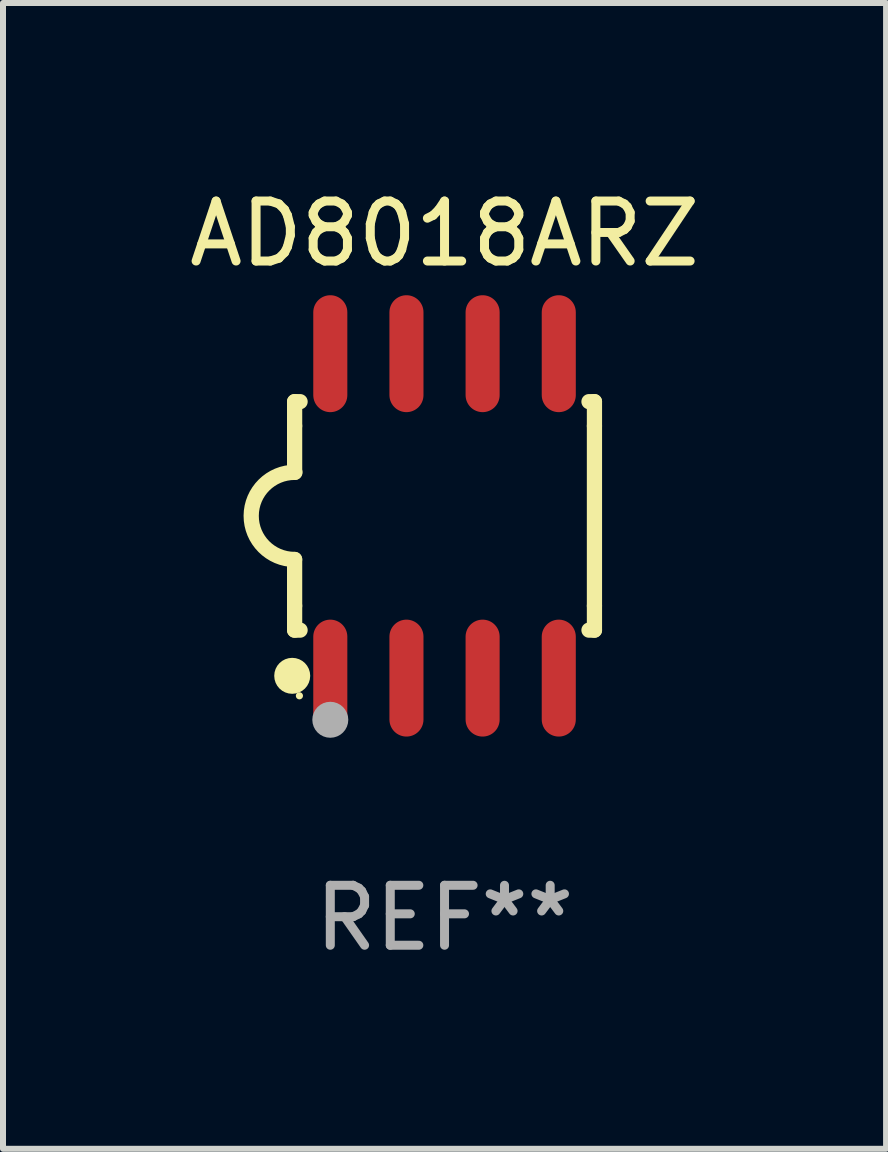
<source format=kicad_pcb>
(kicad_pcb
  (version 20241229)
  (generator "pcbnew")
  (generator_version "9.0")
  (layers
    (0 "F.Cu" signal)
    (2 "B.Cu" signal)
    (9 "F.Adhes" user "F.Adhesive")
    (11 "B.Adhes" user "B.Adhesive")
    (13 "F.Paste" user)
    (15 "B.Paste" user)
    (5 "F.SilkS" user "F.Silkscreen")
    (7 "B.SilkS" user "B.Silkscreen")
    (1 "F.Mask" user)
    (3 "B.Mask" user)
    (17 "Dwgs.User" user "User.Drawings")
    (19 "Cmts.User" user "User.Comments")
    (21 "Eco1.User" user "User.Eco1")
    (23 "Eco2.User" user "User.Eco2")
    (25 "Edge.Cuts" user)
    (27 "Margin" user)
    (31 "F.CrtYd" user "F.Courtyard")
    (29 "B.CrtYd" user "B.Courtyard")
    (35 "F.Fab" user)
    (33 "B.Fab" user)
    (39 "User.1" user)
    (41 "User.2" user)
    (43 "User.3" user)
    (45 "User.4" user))
  (footprint "AD8018ARZ"
    (layer "F.Cu")
    (at 4.363 5.553)
    (property "Reference" "AD8018ARZ" (at 0 -4.705 0) (layer "F.SilkS") (effects (font (size 1 1) (thickness 0.15))))
    (attr through_hole)
    (fp_line (start -2.5 -1.905) (end -2.409 -1.905) (stroke (width 0.254) (type solid)) (layer "F.SilkS"))
    (fp_line (start -2.5 -1.5) (end -2.5 -1.905) (stroke (width 0.254) (type solid)) (layer "F.SilkS"))
    (fp_line (start -2.5 -1.5) (end -2.5 -0.726) (stroke (width 0.254) (type solid)) (layer "F.SilkS"))
    (fp_line (start -2.5 1.5) (end -2.5 0.727) (stroke (width 0.254) (type solid)) (layer "F.SilkS"))
    (fp_line (start -2.5 1.5) (end -2.5 1.905) (stroke (width 0.254) (type solid)) (layer "F.SilkS"))
    (fp_line (start -2.5 1.905) (end -2.409 1.905) (stroke (width 0.254) (type solid)) (layer "F.SilkS"))
    (fp_line (start 2.5 -1.905) (end 2.409 -1.905) (stroke (width 0.254) (type solid)) (layer "F.SilkS"))
    (fp_line (start 2.5 -1.5) (end 2.5 -1.905) (stroke (width 0.254) (type solid)) (layer "F.SilkS"))
    (fp_line (start 2.5 -1.5) (end 2.5 1.5) (stroke (width 0.254) (type solid)) (layer "F.SilkS"))
    (fp_line (start 2.5 1.5) (end 2.5 1.905) (stroke (width 0.254) (type solid)) (layer "F.SilkS"))
    (fp_line (start 2.5 1.905) (end 2.409 1.905) (stroke (width 0.254) (type solid)) (layer "F.SilkS"))
    (fp_arc (start -2.5 0.726568) (mid -3.220316 -0.0023) (end -2.495097 -0.726289) (stroke (width 0.254001) (type solid)) (layer "F.SilkS"))
    (fp_circle (center -2.54 2.667) (end -2.39 2.667) (stroke (width 0.3) (type solid)) (fill no) (layer "F.SilkS"))
    (fp_circle (center -2.42 3) (end -2.39 3) (stroke (width 0.06) (type solid)) (fill no) (layer "F.SilkS"))
    (fp_circle (center -1.905 3.4) (end -1.755 3.4) (stroke (width 0.3) (type solid)) (fill no) (layer "F.Fab"))
    (fp_text user "REF**" (at 0 6.705 0) (layer "F.Fab") (effects (font (size 1 1) (thickness 0.15))))
    (pad "1" smd oval (at -1.905 2.705) (size 0.568 1.95) (layers "F.Cu" "F.Mask" "F.Paste"))
    (pad "2" smd oval (at -0.635 2.705) (size 0.568 1.95) (layers "F.Cu" "F.Mask" "F.Paste"))
    (pad "3" smd oval (at 0.635 2.705) (size 0.568 1.95) (layers "F.Cu" "F.Mask" "F.Paste"))
    (pad "4" smd oval (at 1.905 2.705) (size 0.568 1.95) (layers "F.Cu" "F.Mask" "F.Paste"))
    (pad "5" smd oval (at 1.905 -2.705) (size 0.568 1.95) (layers "F.Cu" "F.Mask" "F.Paste"))
    (pad "6" smd oval (at 0.635 -2.705) (size 0.568 1.95) (layers "F.Cu" "F.Mask" "F.Paste"))
    (pad "7" smd oval (at -0.635 -2.705) (size 0.568 1.95) (layers "F.Cu" "F.Mask" "F.Paste"))
    (pad "8" smd oval (at -1.905 -2.705) (size 0.568 1.95) (layers "F.Cu" "F.Mask" "F.Paste")))
  (gr_rect
    (start -3 -3)
    (end 11.726 16.107)
    (stroke (width 0.1) (type default))
    (fill no)
    (layer "Edge.Cuts")))
</source>
